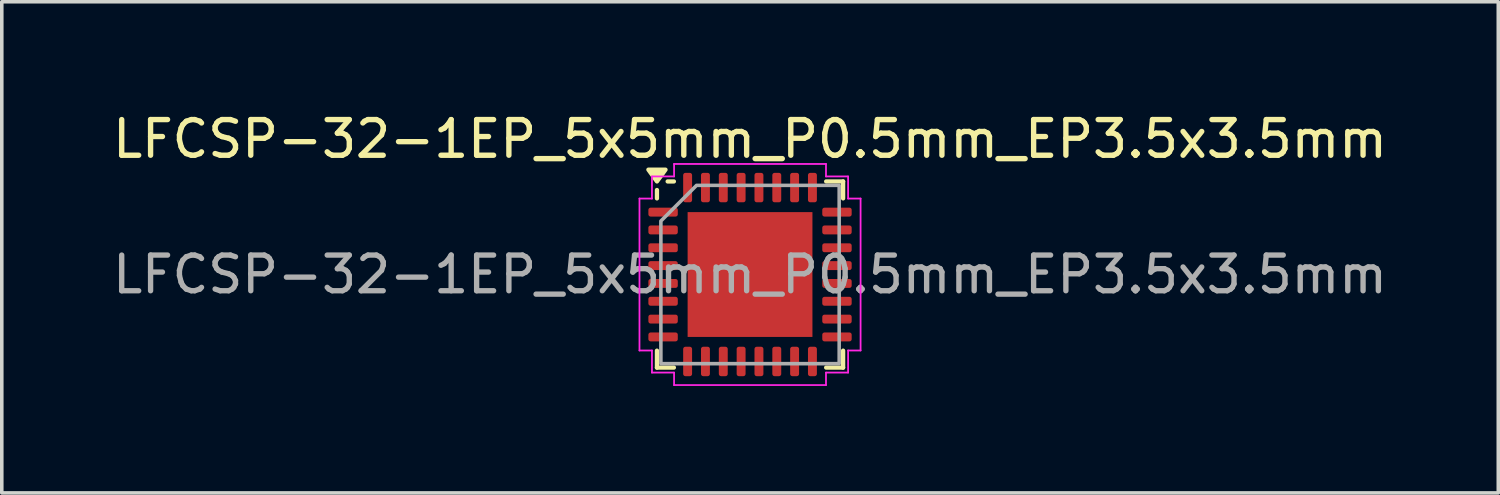
<source format=kicad_pcb>
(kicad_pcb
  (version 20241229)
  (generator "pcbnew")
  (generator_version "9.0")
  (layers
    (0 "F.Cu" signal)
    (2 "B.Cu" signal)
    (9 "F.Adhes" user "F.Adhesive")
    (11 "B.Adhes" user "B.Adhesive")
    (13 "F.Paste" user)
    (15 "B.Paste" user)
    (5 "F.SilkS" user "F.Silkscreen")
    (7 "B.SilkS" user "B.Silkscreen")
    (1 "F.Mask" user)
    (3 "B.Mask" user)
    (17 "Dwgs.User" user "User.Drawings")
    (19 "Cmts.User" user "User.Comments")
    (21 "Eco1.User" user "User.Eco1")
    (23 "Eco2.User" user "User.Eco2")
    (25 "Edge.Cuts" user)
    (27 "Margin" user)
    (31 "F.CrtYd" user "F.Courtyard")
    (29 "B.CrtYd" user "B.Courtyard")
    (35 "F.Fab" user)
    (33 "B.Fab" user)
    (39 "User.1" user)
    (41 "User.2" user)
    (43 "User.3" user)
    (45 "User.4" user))
  (footprint "LFCSP-32-1EP_5x5mm_P0.5mm_EP3.5x3.5mm"
    (layer "F.Cu")
    (at 17.982 4.648)
    (property "Reference" "LFCSP-32-1EP_5x5mm_P0.5mm_EP3.5x3.5mm" (at 0 -3.8 0) (layer "F.SilkS") (effects (font (size 1 1) (thickness 0.15))))
    (attr smd)
    (fp_line (start -2.61 -2.135) (end -2.61 -2.37) (stroke (width 0.12) (type solid)) (layer "F.SilkS"))
    (fp_line (start -2.61 2.61) (end -2.61 2.135) (stroke (width 0.12) (type solid)) (layer "F.SilkS"))
    (fp_line (start -2.135 -2.61) (end -2.31 -2.61) (stroke (width 0.12) (type solid)) (layer "F.SilkS"))
    (fp_line (start -2.135 2.61) (end -2.61 2.61) (stroke (width 0.12) (type solid)) (layer "F.SilkS"))
    (fp_line (start 2.135 -2.61) (end 2.61 -2.61) (stroke (width 0.12) (type solid)) (layer "F.SilkS"))
    (fp_line (start 2.135 2.61) (end 2.61 2.61) (stroke (width 0.12) (type solid)) (layer "F.SilkS"))
    (fp_line (start 2.61 -2.61) (end 2.61 -2.135) (stroke (width 0.12) (type solid)) (layer "F.SilkS"))
    (fp_line (start 2.61 2.61) (end 2.61 2.135) (stroke (width 0.12) (type solid)) (layer "F.SilkS"))
    (fp_poly (pts (xy -2.61 -2.61) (xy -2.85 -2.94) (xy -2.37 -2.94)) (stroke (width 0.12) (type solid)) (fill yes) (layer "F.SilkS"))
    (fp_line (start -3.1 -2.13) (end -2.75 -2.13) (stroke (width 0.05) (type solid)) (layer "F.CrtYd"))
    (fp_line (start -3.1 2.13) (end -3.1 -2.13) (stroke (width 0.05) (type solid)) (layer "F.CrtYd"))
    (fp_line (start -2.75 -2.75) (end -2.13 -2.75) (stroke (width 0.05) (type solid)) (layer "F.CrtYd"))
    (fp_line (start -2.75 -2.13) (end -2.75 -2.75) (stroke (width 0.05) (type solid)) (layer "F.CrtYd"))
    (fp_line (start -2.75 2.13) (end -3.1 2.13) (stroke (width 0.05) (type solid)) (layer "F.CrtYd"))
    (fp_line (start -2.75 2.75) (end -2.75 2.13) (stroke (width 0.05) (type solid)) (layer "F.CrtYd"))
    (fp_line (start -2.13 -3.1) (end 2.13 -3.1) (stroke (width 0.05) (type solid)) (layer "F.CrtYd"))
    (fp_line (start -2.13 -2.75) (end -2.13 -3.1) (stroke (width 0.05) (type solid)) (layer "F.CrtYd"))
    (fp_line (start -2.13 2.75) (end -2.75 2.75) (stroke (width 0.05) (type solid)) (layer "F.CrtYd"))
    (fp_line (start -2.13 3.1) (end -2.13 2.75) (stroke (width 0.05) (type solid)) (layer "F.CrtYd"))
    (fp_line (start 2.13 -3.1) (end 2.13 -2.75) (stroke (width 0.05) (type solid)) (layer "F.CrtYd"))
    (fp_line (start 2.13 -2.75) (end 2.75 -2.75) (stroke (width 0.05) (type solid)) (layer "F.CrtYd"))
    (fp_line (start 2.13 2.75) (end 2.13 3.1) (stroke (width 0.05) (type solid)) (layer "F.CrtYd"))
    (fp_line (start 2.13 3.1) (end -2.13 3.1) (stroke (width 0.05) (type solid)) (layer "F.CrtYd"))
    (fp_line (start 2.75 -2.75) (end 2.75 -2.13) (stroke (width 0.05) (type solid)) (layer "F.CrtYd"))
    (fp_line (start 2.75 -2.13) (end 3.1 -2.13) (stroke (width 0.05) (type solid)) (layer "F.CrtYd"))
    (fp_line (start 2.75 2.13) (end 2.75 2.75) (stroke (width 0.05) (type solid)) (layer "F.CrtYd"))
    (fp_line (start 2.75 2.75) (end 2.13 2.75) (stroke (width 0.05) (type solid)) (layer "F.CrtYd"))
    (fp_line (start 3.1 -2.13) (end 3.1 2.13) (stroke (width 0.05) (type solid)) (layer "F.CrtYd"))
    (fp_line (start 3.1 2.13) (end 2.75 2.13) (stroke (width 0.05) (type solid)) (layer "F.CrtYd"))
    (fp_poly (pts (xy -2.5 -1.5) (xy -2.5 2.5) (xy 2.5 2.5) (xy 2.5 -2.5) (xy -1.5 -2.5)) (stroke (width 0.1) (type solid)) (fill no) (layer "F.Fab"))
    (fp_text user "${REFERENCE}" (at 0 0 0) (layer "F.Fab") (effects (font (size 1 1) (thickness 0.15))))
    (pad "" smd roundrect (at -0.875 -0.875) (size 1.41 1.41) (layers "F.Paste") (roundrect_rratio 0.177))
    (pad "" smd roundrect (at -0.875 0.875) (size 1.41 1.41) (layers "F.Paste") (roundrect_rratio 0.177))
    (pad "" smd roundrect (at 0.875 -0.875) (size 1.41 1.41) (layers "F.Paste") (roundrect_rratio 0.177))
    (pad "" smd roundrect (at 0.875 0.875) (size 1.41 1.41) (layers "F.Paste") (roundrect_rratio 0.177))
    (pad "1" smd roundrect (at -2.438 -1.75) (size 0.825 0.25) (layers "F.Cu" "F.Mask" "F.Paste") (roundrect_rratio 0.25))
    (pad "2" smd roundrect (at -2.438 -1.25) (size 0.825 0.25) (layers "F.Cu" "F.Mask" "F.Paste") (roundrect_rratio 0.25))
    (pad "3" smd roundrect (at -2.438 -0.75) (size 0.825 0.25) (layers "F.Cu" "F.Mask" "F.Paste") (roundrect_rratio 0.25))
    (pad "4" smd roundrect (at -2.438 -0.25) (size 0.825 0.25) (layers "F.Cu" "F.Mask" "F.Paste") (roundrect_rratio 0.25))
    (pad "5" smd roundrect (at -2.438 0.25) (size 0.825 0.25) (layers "F.Cu" "F.Mask" "F.Paste") (roundrect_rratio 0.25))
    (pad "6" smd roundrect (at -2.438 0.75) (size 0.825 0.25) (layers "F.Cu" "F.Mask" "F.Paste") (roundrect_rratio 0.25))
    (pad "7" smd roundrect (at -2.438 1.25) (size 0.825 0.25) (layers "F.Cu" "F.Mask" "F.Paste") (roundrect_rratio 0.25))
    (pad "8" smd roundrect (at -2.438 1.75) (size 0.825 0.25) (layers "F.Cu" "F.Mask" "F.Paste") (roundrect_rratio 0.25))
    (pad "9" smd roundrect (at -1.75 2.438) (size 0.25 0.825) (layers "F.Cu" "F.Mask" "F.Paste") (roundrect_rratio 0.25))
    (pad "10" smd roundrect (at -1.25 2.438) (size 0.25 0.825) (layers "F.Cu" "F.Mask" "F.Paste") (roundrect_rratio 0.25))
    (pad "11" smd roundrect (at -0.75 2.438) (size 0.25 0.825) (layers "F.Cu" "F.Mask" "F.Paste") (roundrect_rratio 0.25))
    (pad "12" smd roundrect (at -0.25 2.438) (size 0.25 0.825) (layers "F.Cu" "F.Mask" "F.Paste") (roundrect_rratio 0.25))
    (pad "13" smd roundrect (at 0.25 2.438) (size 0.25 0.825) (layers "F.Cu" "F.Mask" "F.Paste") (roundrect_rratio 0.25))
    (pad "14" smd roundrect (at 0.75 2.438) (size 0.25 0.825) (layers "F.Cu" "F.Mask" "F.Paste") (roundrect_rratio 0.25))
    (pad "15" smd roundrect (at 1.25 2.438) (size 0.25 0.825) (layers "F.Cu" "F.Mask" "F.Paste") (roundrect_rratio 0.25))
    (pad "16" smd roundrect (at 1.75 2.438) (size 0.25 0.825) (layers "F.Cu" "F.Mask" "F.Paste") (roundrect_rratio 0.25))
    (pad "17" smd roundrect (at 2.438 1.75) (size 0.825 0.25) (layers "F.Cu" "F.Mask" "F.Paste") (roundrect_rratio 0.25))
    (pad "18" smd roundrect (at 2.438 1.25) (size 0.825 0.25) (layers "F.Cu" "F.Mask" "F.Paste") (roundrect_rratio 0.25))
    (pad "19" smd roundrect (at 2.438 0.75) (size 0.825 0.25) (layers "F.Cu" "F.Mask" "F.Paste") (roundrect_rratio 0.25))
    (pad "20" smd roundrect (at 2.438 0.25) (size 0.825 0.25) (layers "F.Cu" "F.Mask" "F.Paste") (roundrect_rratio 0.25))
    (pad "21" smd roundrect (at 2.438 -0.25) (size 0.825 0.25) (layers "F.Cu" "F.Mask" "F.Paste") (roundrect_rratio 0.25))
    (pad "22" smd roundrect (at 2.438 -0.75) (size 0.825 0.25) (layers "F.Cu" "F.Mask" "F.Paste") (roundrect_rratio 0.25))
    (pad "23" smd roundrect (at 2.438 -1.25) (size 0.825 0.25) (layers "F.Cu" "F.Mask" "F.Paste") (roundrect_rratio 0.25))
    (pad "24" smd roundrect (at 2.438 -1.75) (size 0.825 0.25) (layers "F.Cu" "F.Mask" "F.Paste") (roundrect_rratio 0.25))
    (pad "25" smd roundrect (at 1.75 -2.438) (size 0.25 0.825) (layers "F.Cu" "F.Mask" "F.Paste") (roundrect_rratio 0.25))
    (pad "26" smd roundrect (at 1.25 -2.438) (size 0.25 0.825) (layers "F.Cu" "F.Mask" "F.Paste") (roundrect_rratio 0.25))
    (pad "27" smd roundrect (at 0.75 -2.438) (size 0.25 0.825) (layers "F.Cu" "F.Mask" "F.Paste") (roundrect_rratio 0.25))
    (pad "28" smd roundrect (at 0.25 -2.438) (size 0.25 0.825) (layers "F.Cu" "F.Mask" "F.Paste") (roundrect_rratio 0.25))
    (pad "29" smd roundrect (at -0.25 -2.438) (size 0.25 0.825) (layers "F.Cu" "F.Mask" "F.Paste") (roundrect_rratio 0.25))
    (pad "30" smd roundrect (at -0.75 -2.438) (size 0.25 0.825) (layers "F.Cu" "F.Mask" "F.Paste") (roundrect_rratio 0.25))
    (pad "31" smd roundrect (at -1.25 -2.438) (size 0.25 0.825) (layers "F.Cu" "F.Mask" "F.Paste") (roundrect_rratio 0.25))
    (pad "32" smd roundrect (at -1.75 -2.438) (size 0.25 0.825) (layers "F.Cu" "F.Mask" "F.Paste") (roundrect_rratio 0.25))
    (pad "33" smd rect (at 0 0) (size 3.5 3.5) (property pad_prop_heatsink) (layers "F.Cu" "F.Mask")))
  (gr_rect
    (start -3 -3)
    (end 38.964 10.773)
    (stroke (width 0.1) (type default))
    (fill no)
    (layer "Edge.Cuts")))
</source>
